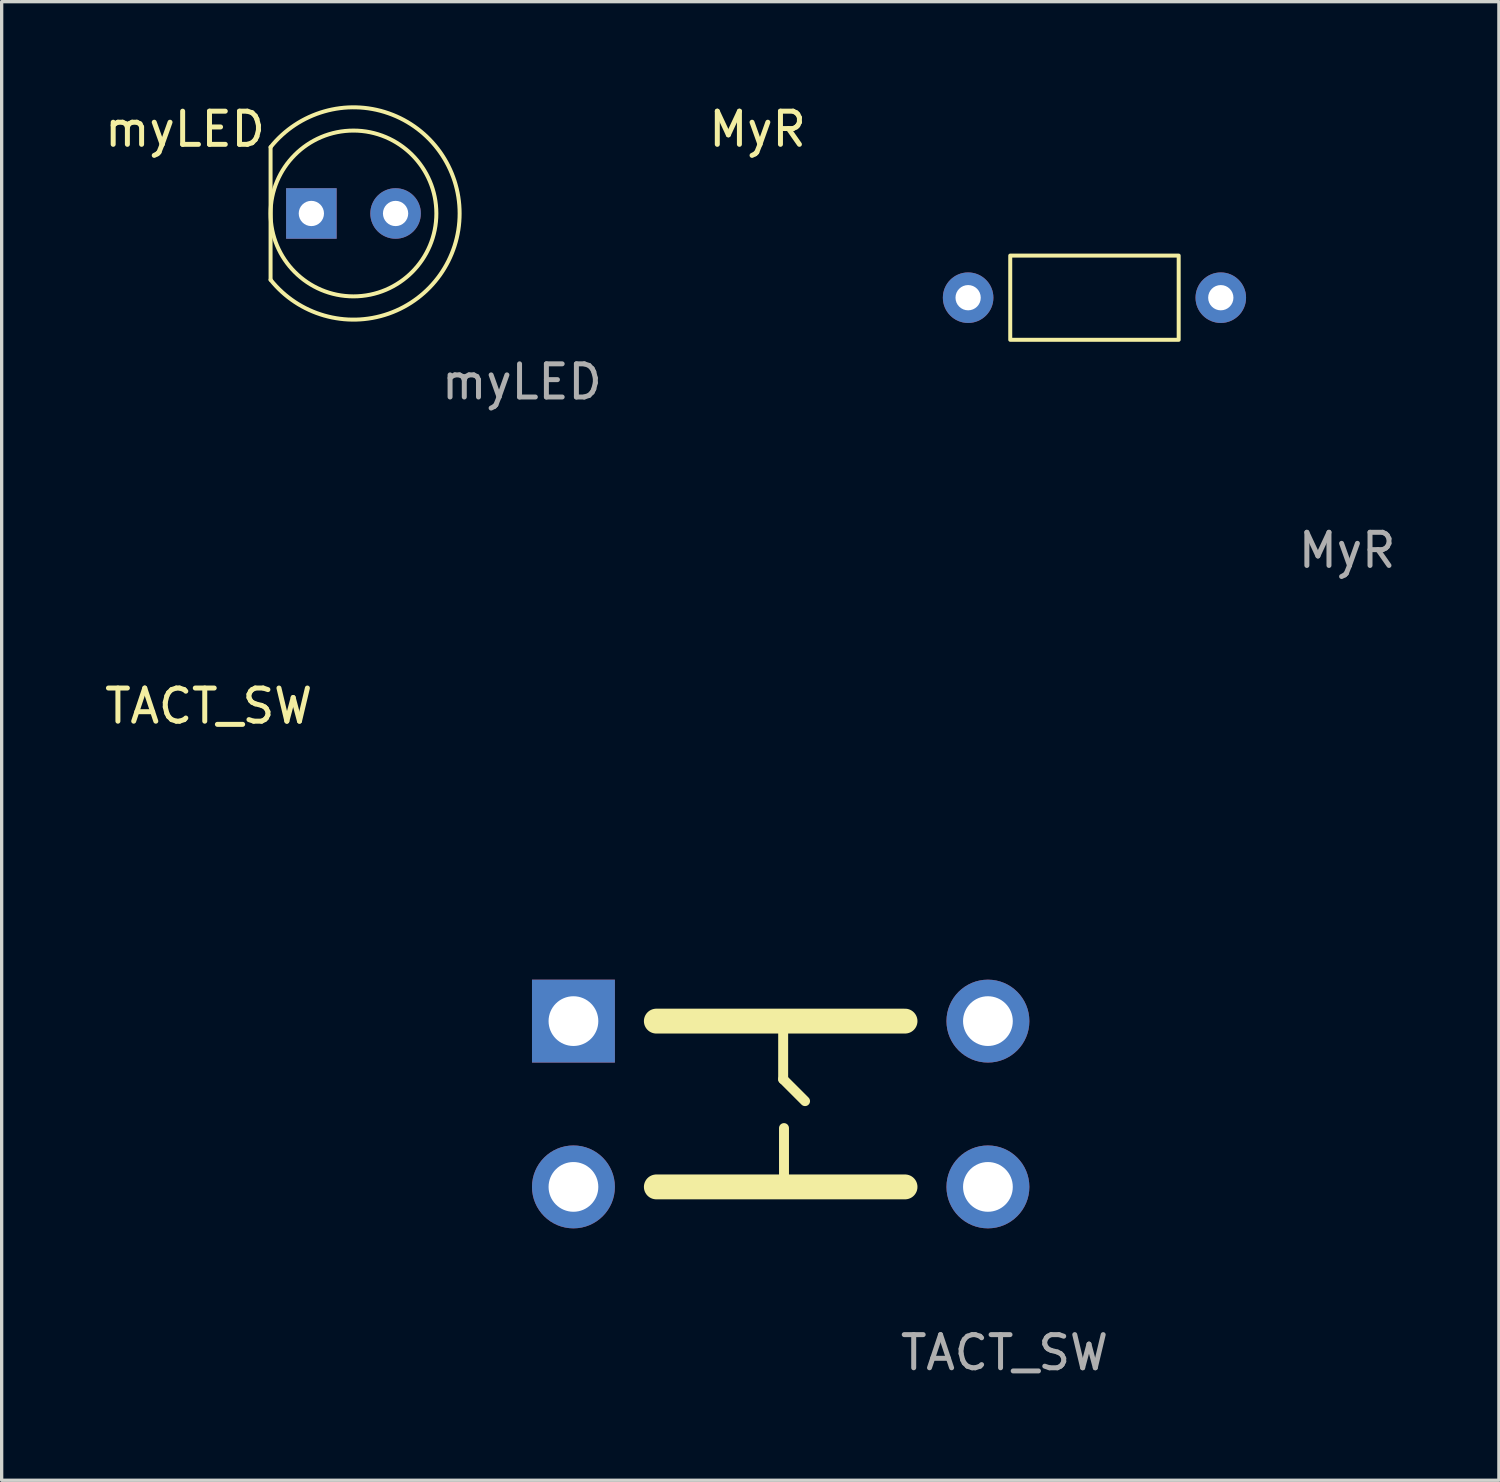
<source format=kicad_pcb>
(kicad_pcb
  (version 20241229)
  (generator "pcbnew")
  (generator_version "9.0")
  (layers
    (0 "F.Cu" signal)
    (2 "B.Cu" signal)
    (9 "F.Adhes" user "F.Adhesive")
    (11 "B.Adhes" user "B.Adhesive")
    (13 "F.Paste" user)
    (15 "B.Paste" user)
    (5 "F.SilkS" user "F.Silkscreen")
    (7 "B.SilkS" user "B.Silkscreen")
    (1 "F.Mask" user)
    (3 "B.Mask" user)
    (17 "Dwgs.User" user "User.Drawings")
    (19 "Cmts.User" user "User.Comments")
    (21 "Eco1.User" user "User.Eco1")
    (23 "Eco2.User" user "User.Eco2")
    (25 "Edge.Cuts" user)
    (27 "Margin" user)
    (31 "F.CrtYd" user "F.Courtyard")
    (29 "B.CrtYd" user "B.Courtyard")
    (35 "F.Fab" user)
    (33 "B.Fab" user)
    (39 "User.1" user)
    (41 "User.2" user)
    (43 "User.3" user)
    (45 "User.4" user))
  (footprint "MyR"
    (layer "F.Cu")
    (at 29.957 5.928)
    (property "Reference" "MyR" (at -10.16 -5.08 0) (unlocked yes) (layer "F.SilkS") (effects (font (size 1 1) (thickness 0.15))))
    (attr through_hole)
    (fp_rect (start -2.54 -1.27) (end 2.54 1.27) (stroke (width 0.12) (type solid)) (fill no) (layer "F.SilkS"))
    (fp_text user "${REFERENCE}" (at 7.62 7.62 0) (unlocked yes) (layer "F.Fab") (effects (font (size 1 1) (thickness 0.15))))
    (pad "1" thru_hole circle (at -3.81 0) (size 1.524 1.524) (drill 0.762) (layers "*.Cu" "*.Mask"))
    (pad "2" thru_hole circle (at 3.81 0) (size 1.524 1.524) (drill 0.762) (layers "*.Cu" "*.Mask")))
  (footprint "TACT_SW"
    (layer "F.Cu")
    (at 14.244 27.745)
    (property "Reference" "TACT_SW" (at -11 -9.5 0) (unlocked yes) (layer "F.SilkS") (effects (font (size 1 1) (thickness 0.15))))
    (attr through_hole)
    (fp_line (start 2.5 0) (end 10 0) (stroke (width 0.75) (type solid)) (layer "F.SilkS"))
    (fp_line (start 2.5 5) (end 10 5) (stroke (width 0.75) (type solid)) (layer "F.SilkS"))
    (fp_line (start 6.325 0.051) (end 6.325 1.753) (stroke (width 0.3) (type solid)) (layer "F.SilkS"))
    (fp_line (start 6.325 1.753) (end 6.985 2.413) (stroke (width 0.3) (type solid)) (layer "F.SilkS"))
    (fp_line (start 6.35 4.902) (end 6.35 3.226) (stroke (width 0.3) (type solid)) (layer "F.SilkS"))
    (fp_text user "${REFERENCE}" (at 13 10 0) (unlocked yes) (layer "F.Fab") (effects (font (size 1 1) (thickness 0.15))))
    (pad "1" thru_hole rect (at 0 0 270) (size 2.5 2.5) (drill 1.5) (layers "*.Cu" "*.Mask"))
    (pad "2" thru_hole circle (at 0 5) (size 2.5 2.5) (drill 1.5) (layers "*.Cu" "*.Mask"))
    (pad "3" thru_hole circle (at 12.5 0) (size 2.5 2.5) (drill 1.5) (layers "*.Cu" "*.Mask"))
    (pad "4" thru_hole circle (at 12.5 5) (size 2.5 2.5) (drill 1.5) (layers "*.Cu" "*.Mask")))
  (footprint "myLED"
    (layer "F.Cu")
    (at 7.61 3.388)
    (property "Reference" "myLED" (at -5.08 -2.54 0) (unlocked yes) (layer "F.SilkS") (effects (font (size 1 1) (thickness 0.15))))
    (attr through_hole)
    (fp_line (start -2.5 2) (end -2.5 -2) (stroke (width 0.12) (type solid)) (layer "F.SilkS"))
    (fp_arc (start -2.5 -2) (mid 3.201562 0) (end -2.5 2) (stroke (width 0.12) (type solid)) (layer "F.SilkS"))
    (fp_circle (center 0 0) (end 2.5 0) (stroke (width 0.12) (type solid)) (fill no) (layer "F.SilkS"))
    (fp_text user "${REFERENCE}" (at 5.08 5.08 0) (unlocked yes) (layer "F.Fab") (effects (font (size 1 1) (thickness 0.15))))
    (pad "1" thru_hole rect (at -1.27 0) (size 1.524 1.524) (drill 0.762) (layers "*.Cu" "*.Mask"))
    (pad "2" thru_hole circle (at 1.27 0) (size 1.524 1.524) (drill 0.762) (layers "*.Cu" "*.Mask")))
  (gr_rect
    (start -3 -3)
    (end 42.154 41.593)
    (stroke (width 0.1) (type default))
    (fill no)
    (layer "Edge.Cuts")))
</source>
